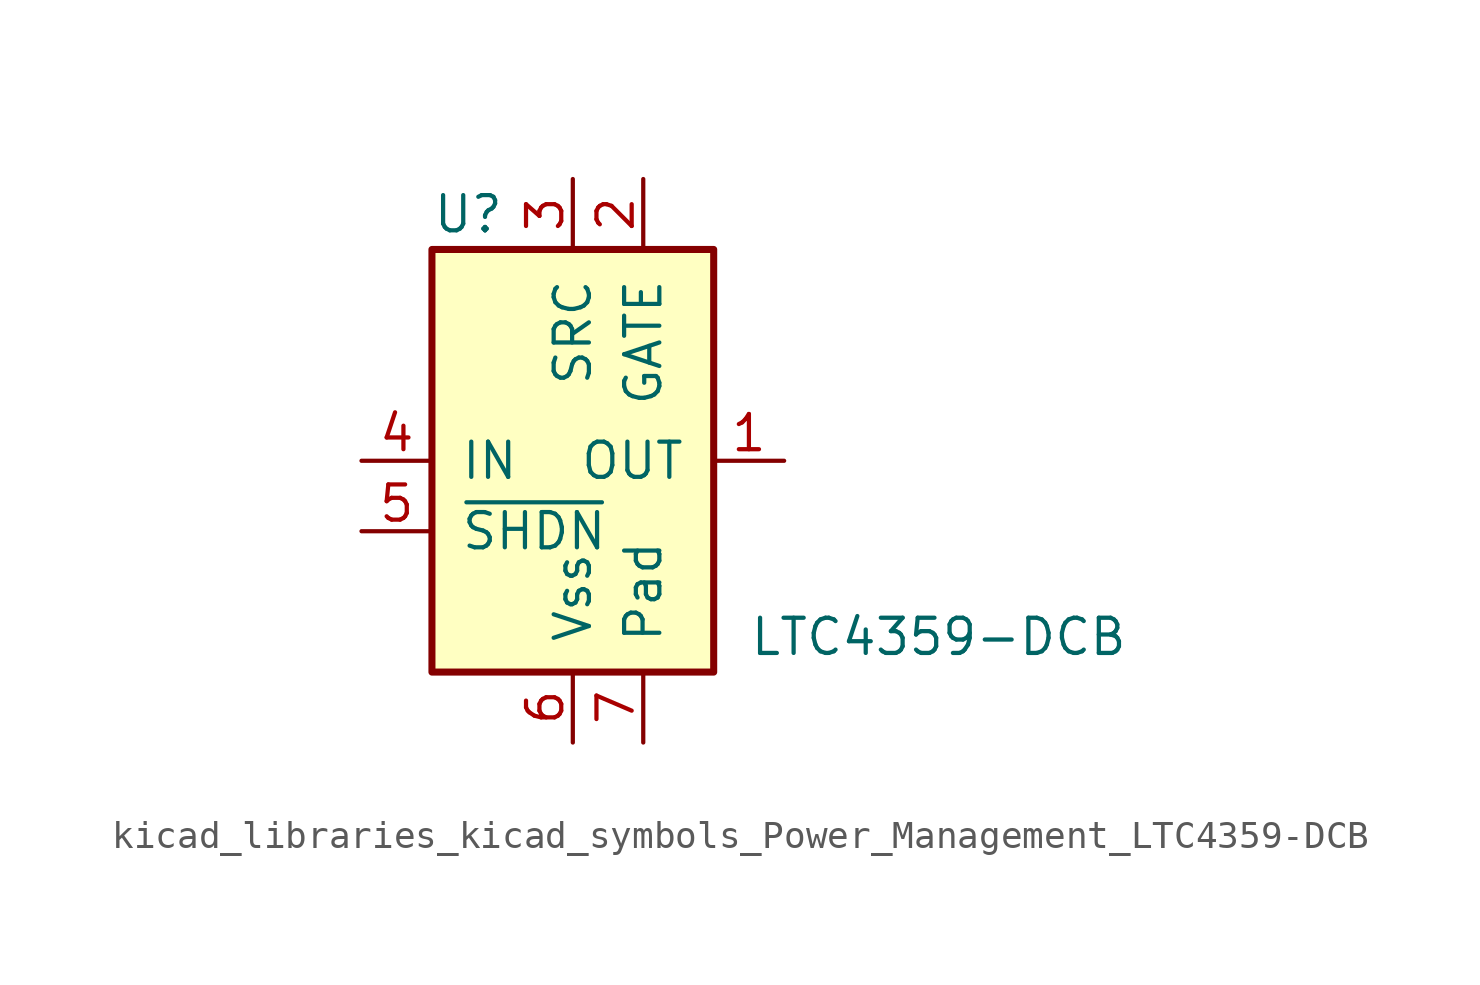
<source format=kicad_sym>
(kicad_symbol_lib
  (version 20220914)
  (generator kicad_symbol_editor)
  (symbol "kicad_libraries_kicad_symbols_Power_Management_LTC4359-DCB"
    (pin_names
      (offset 1.016))
    (property "Reference" "U"
      (at -5.08 8.89 0)
      (effects (font (size 1.27 1.27)) (justify left)))
    (property "Value" "LTC4359-DCB"
      (at 6.35 -6.35 0)
      (effects (font (size 1.27 1.27)) (justify left)))
    (symbol "kicad_libraries_kicad_symbols_Power_Management_LTC4359-DCB_0_1"
      (rectangle (start -5.08 7.62) (end 5.08 -7.62) (stroke (width 0.254) (type default)) (fill (type background))))
    (symbol "kicad_libraries_kicad_symbols_Power_Management_LTC4359-DCB_1_1"
      (pin input line (at 7.62 0 180) (length 2.54) (name "OUT" (effects (font (size 1.27 1.27)))) (number "1" (effects (font (size 1.27 1.27)))))
      (pin output line (at 2.54 10.16 270) (length 2.54) (name "GATE" (effects (font (size 1.27 1.27)))) (number "2" (effects (font (size 1.27 1.27)))))
      (pin input line (at 0 10.16 270) (length 2.54) (name "SRC" (effects (font (size 1.27 1.27)))) (number "3" (effects (font (size 1.27 1.27)))))
      (pin power_in line (at -7.62 0 0) (length 2.54) (name "IN" (effects (font (size 1.27 1.27)))) (number "4" (effects (font (size 1.27 1.27)))))
      (pin input line (at -7.62 -2.54 0) (length 2.54) (name "~{SHDN}" (effects (font (size 1.27 1.27)))) (number "5" (effects (font (size 1.27 1.27)))))
      (pin power_in line (at 0 -10.16 90) (length 2.54) (name "Vss" (effects (font (size 1.27 1.27)))) (number "6" (effects (font (size 1.27 1.27)))))
      (pin power_in line (at 2.54 -10.16 90) (length 2.54) (name "Pad" (effects (font (size 1.27 1.27)))) (number "7" (effects (font (size 1.27 1.27))))))))
</source>
